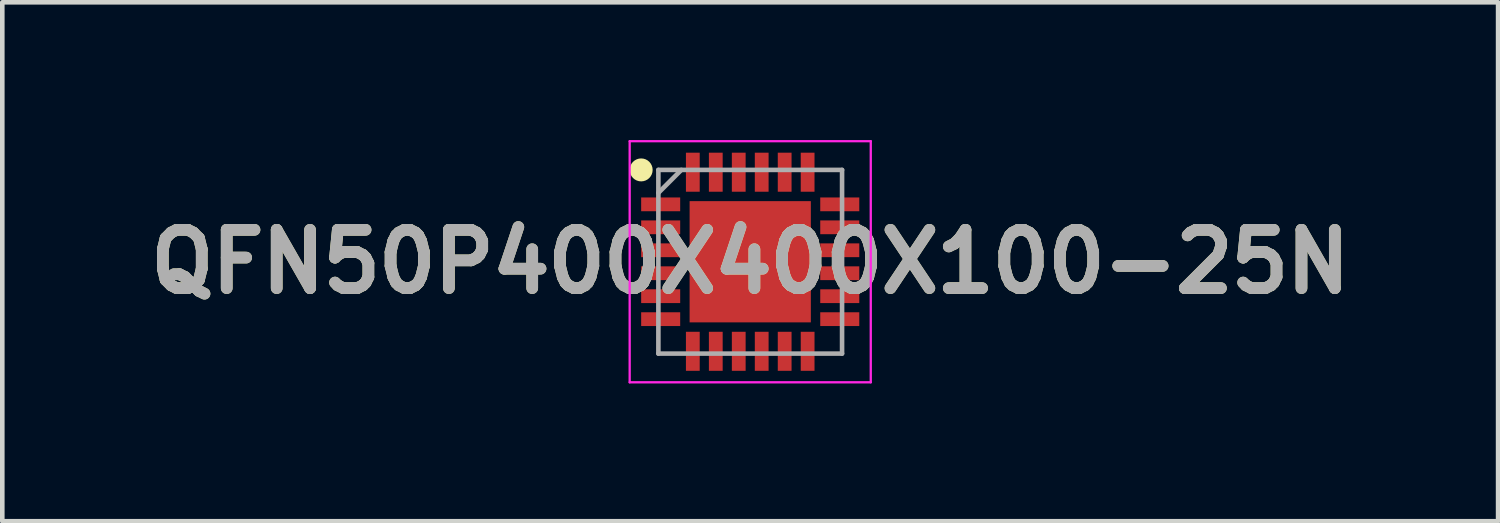
<source format=kicad_pcb>
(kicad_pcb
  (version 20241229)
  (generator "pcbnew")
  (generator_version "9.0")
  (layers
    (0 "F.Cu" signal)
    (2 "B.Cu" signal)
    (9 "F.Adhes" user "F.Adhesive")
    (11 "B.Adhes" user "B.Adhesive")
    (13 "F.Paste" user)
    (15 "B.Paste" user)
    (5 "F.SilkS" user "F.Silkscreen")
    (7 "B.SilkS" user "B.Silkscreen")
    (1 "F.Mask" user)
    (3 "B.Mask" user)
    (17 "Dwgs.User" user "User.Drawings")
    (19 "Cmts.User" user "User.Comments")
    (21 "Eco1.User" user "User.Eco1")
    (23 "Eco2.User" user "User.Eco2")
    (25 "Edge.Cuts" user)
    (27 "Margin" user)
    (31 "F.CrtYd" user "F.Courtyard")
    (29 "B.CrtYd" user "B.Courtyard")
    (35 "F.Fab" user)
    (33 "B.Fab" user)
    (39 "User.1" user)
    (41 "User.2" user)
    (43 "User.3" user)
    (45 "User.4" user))
  (footprint "QFN50P400X400X100-25N"
    (layer "F.Cu")
    (at 13.287 2.65)
    (property "Reference" "QFN50P400X400X100-25N" (at 0 0 0) (layer "F.SilkS") (effects (font (size 1.27 1.27) (thickness 0.254))))
    (attr smd)
    (fp_circle (center -2.375 -2) (end -2.375 -1.875) (stroke (width 0.25) (type solid)) (fill no) (layer "F.SilkS"))
    (fp_line (start -2.625 -2.625) (end 2.625 -2.625) (stroke (width 0.05) (type solid)) (layer "F.CrtYd"))
    (fp_line (start -2.625 2.625) (end -2.625 -2.625) (stroke (width 0.05) (type solid)) (layer "F.CrtYd"))
    (fp_line (start 2.625 -2.625) (end 2.625 2.625) (stroke (width 0.05) (type solid)) (layer "F.CrtYd"))
    (fp_line (start 2.625 2.625) (end -2.625 2.625) (stroke (width 0.05) (type solid)) (layer "F.CrtYd"))
    (fp_line (start -2 -2) (end 2 -2) (stroke (width 0.1) (type solid)) (layer "F.Fab"))
    (fp_line (start -2 -1.5) (end -1.5 -2) (stroke (width 0.1) (type solid)) (layer "F.Fab"))
    (fp_line (start -2 2) (end -2 -2) (stroke (width 0.1) (type solid)) (layer "F.Fab"))
    (fp_line (start 2 -2) (end 2 2) (stroke (width 0.1) (type solid)) (layer "F.Fab"))
    (fp_line (start 2 2) (end -2 2) (stroke (width 0.1) (type solid)) (layer "F.Fab"))
    (fp_text user "${REFERENCE}" (at 0 0 0) (layer "F.Fab") (effects (font (size 1.27 1.27) (thickness 0.254))))
    (pad "1" smd rect (at -1.95 -1.25 90) (size 0.3 0.85) (layers "F.Cu" "F.Mask" "F.Paste"))
    (pad "2" smd rect (at -1.95 -0.75 90) (size 0.3 0.85) (layers "F.Cu" "F.Mask" "F.Paste"))
    (pad "3" smd rect (at -1.95 -0.25 90) (size 0.3 0.85) (layers "F.Cu" "F.Mask" "F.Paste"))
    (pad "4" smd rect (at -1.95 0.25 90) (size 0.3 0.85) (layers "F.Cu" "F.Mask" "F.Paste"))
    (pad "5" smd rect (at -1.95 0.75 90) (size 0.3 0.85) (layers "F.Cu" "F.Mask" "F.Paste"))
    (pad "6" smd rect (at -1.95 1.25 90) (size 0.3 0.85) (layers "F.Cu" "F.Mask" "F.Paste"))
    (pad "7" smd rect (at -1.25 1.95) (size 0.3 0.85) (layers "F.Cu" "F.Mask" "F.Paste"))
    (pad "8" smd rect (at -0.75 1.95) (size 0.3 0.85) (layers "F.Cu" "F.Mask" "F.Paste"))
    (pad "9" smd rect (at -0.25 1.95) (size 0.3 0.85) (layers "F.Cu" "F.Mask" "F.Paste"))
    (pad "10" smd rect (at 0.25 1.95) (size 0.3 0.85) (layers "F.Cu" "F.Mask" "F.Paste"))
    (pad "11" smd rect (at 0.75 1.95) (size 0.3 0.85) (layers "F.Cu" "F.Mask" "F.Paste"))
    (pad "12" smd rect (at 1.25 1.95) (size 0.3 0.85) (layers "F.Cu" "F.Mask" "F.Paste"))
    (pad "13" smd rect (at 1.95 1.25 90) (size 0.3 0.85) (layers "F.Cu" "F.Mask" "F.Paste"))
    (pad "14" smd rect (at 1.95 0.75 90) (size 0.3 0.85) (layers "F.Cu" "F.Mask" "F.Paste"))
    (pad "15" smd rect (at 1.95 0.25 90) (size 0.3 0.85) (layers "F.Cu" "F.Mask" "F.Paste"))
    (pad "16" smd rect (at 1.95 -0.25 90) (size 0.3 0.85) (layers "F.Cu" "F.Mask" "F.Paste"))
    (pad "17" smd rect (at 1.95 -0.75 90) (size 0.3 0.85) (layers "F.Cu" "F.Mask" "F.Paste"))
    (pad "18" smd rect (at 1.95 -1.25 90) (size 0.3 0.85) (layers "F.Cu" "F.Mask" "F.Paste"))
    (pad "19" smd rect (at 1.25 -1.95) (size 0.3 0.85) (layers "F.Cu" "F.Mask" "F.Paste"))
    (pad "20" smd rect (at 0.75 -1.95) (size 0.3 0.85) (layers "F.Cu" "F.Mask" "F.Paste"))
    (pad "21" smd rect (at 0.25 -1.95) (size 0.3 0.85) (layers "F.Cu" "F.Mask" "F.Paste"))
    (pad "22" smd rect (at -0.25 -1.95) (size 0.3 0.85) (layers "F.Cu" "F.Mask" "F.Paste"))
    (pad "23" smd rect (at -0.75 -1.95) (size 0.3 0.85) (layers "F.Cu" "F.Mask" "F.Paste"))
    (pad "24" smd rect (at -1.25 -1.95) (size 0.3 0.85) (layers "F.Cu" "F.Mask" "F.Paste"))
    (pad "25" smd rect (at 0 0) (size 2.64 2.64) (layers "F.Cu" "F.Mask" "F.Paste")))
  (gr_rect
    (start -3 -3)
    (end 29.573 8.3)
    (stroke (width 0.1) (type default))
    (fill no)
    (layer "Edge.Cuts")))
</source>
